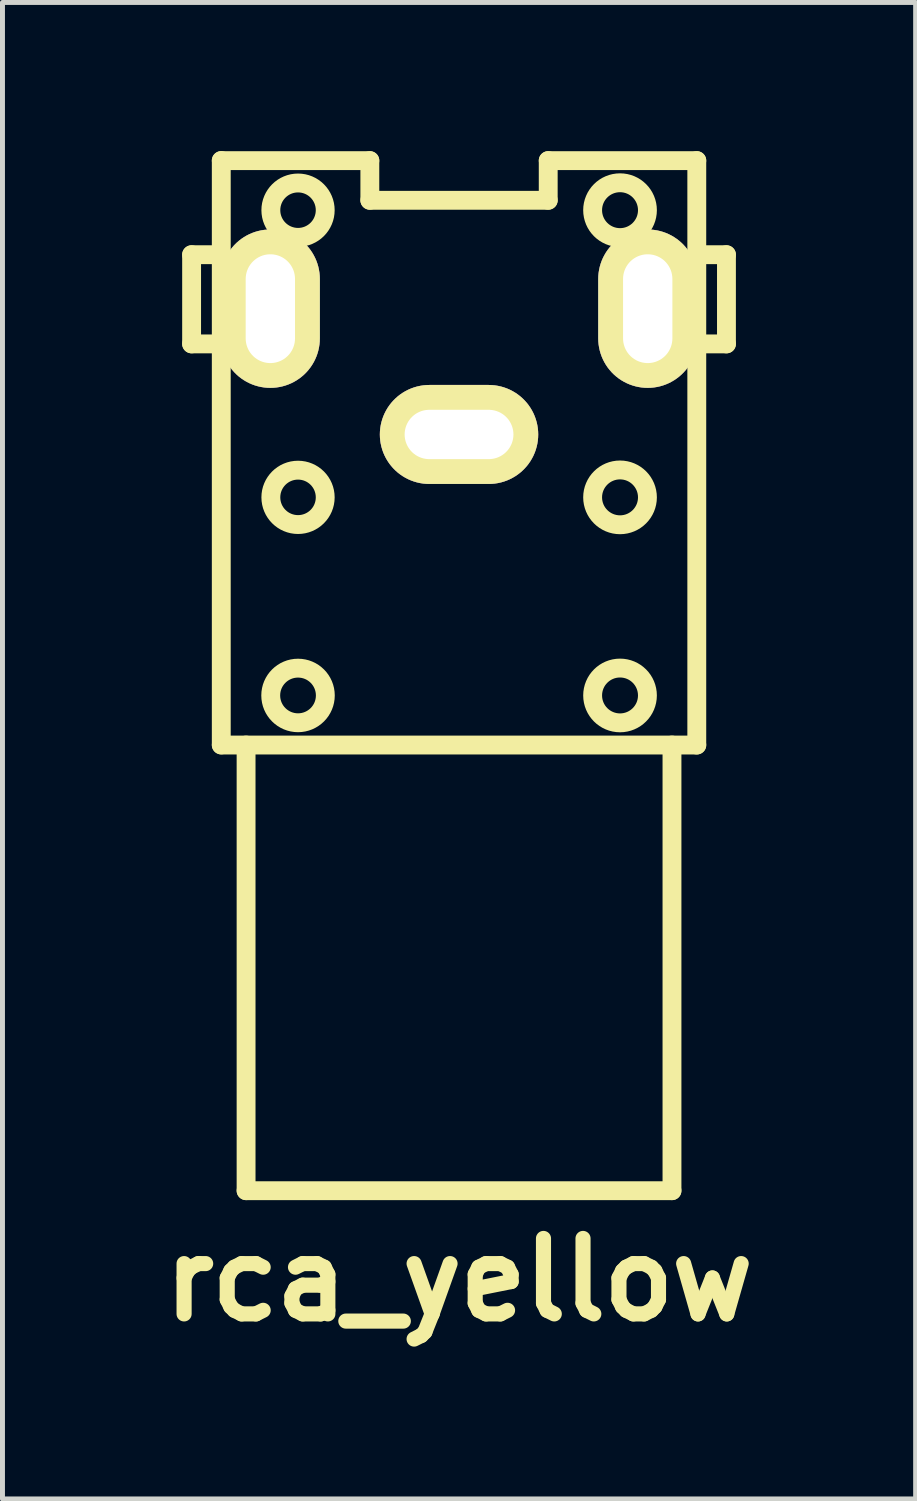
<source format=kicad_pcb>
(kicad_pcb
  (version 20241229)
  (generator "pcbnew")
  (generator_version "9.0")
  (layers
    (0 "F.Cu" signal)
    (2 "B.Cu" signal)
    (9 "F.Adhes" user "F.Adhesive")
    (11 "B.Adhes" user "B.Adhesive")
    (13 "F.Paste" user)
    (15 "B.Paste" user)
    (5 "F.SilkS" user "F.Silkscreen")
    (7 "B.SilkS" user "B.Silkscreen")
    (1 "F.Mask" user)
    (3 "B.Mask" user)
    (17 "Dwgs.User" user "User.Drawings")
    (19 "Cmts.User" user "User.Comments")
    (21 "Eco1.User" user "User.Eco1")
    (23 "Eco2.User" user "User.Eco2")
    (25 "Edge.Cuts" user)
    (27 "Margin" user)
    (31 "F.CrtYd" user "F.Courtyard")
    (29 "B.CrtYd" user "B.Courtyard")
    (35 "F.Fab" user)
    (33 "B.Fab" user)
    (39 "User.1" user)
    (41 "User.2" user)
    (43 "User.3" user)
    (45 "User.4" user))
  (footprint "rca_yellow"
    (layer "F.Cu")
    (at 6.219 6.993)
    (property "Reference" "rca_yellow" (at 0 15.799 0) (layer "F.SilkS") (effects (font (size 1.524 1.524) (thickness 0.305))))
    (attr through_hole)
    (fp_line (start -5.4 -4.9) (end -4.801 -4.9) (stroke (width 0.381) (type solid)) (layer "F.SilkS"))
    (fp_line (start -5.4 -3.099) (end -5.4 -4.9) (stroke (width 0.381) (type solid)) (layer "F.SilkS"))
    (fp_line (start -4.801 -6.8) (end -1.801 -6.8) (stroke (width 0.381) (type solid)) (layer "F.SilkS"))
    (fp_line (start -4.801 -3.099) (end -5.4 -3.099) (stroke (width 0.381) (type solid)) (layer "F.SilkS"))
    (fp_line (start -4.801 4.999) (end -4.801 -6.802) (stroke (width 0.381) (type solid)) (layer "F.SilkS"))
    (fp_line (start -4.3 5.001) (end -4.3 14) (stroke (width 0.381) (type solid)) (layer "F.SilkS"))
    (fp_line (start -4.3 14) (end 4.3 14) (stroke (width 0.381) (type solid)) (layer "F.SilkS"))
    (fp_line (start -1.801 -6.8) (end -1.801 -5.999) (stroke (width 0.381) (type solid)) (layer "F.SilkS"))
    (fp_line (start -1.801 -5.999) (end 1.801 -5.999) (stroke (width 0.381) (type solid)) (layer "F.SilkS"))
    (fp_line (start 1.801 -6.8) (end 4.801 -6.8) (stroke (width 0.381) (type solid)) (layer "F.SilkS"))
    (fp_line (start 1.801 -5.999) (end 1.801 -6.8) (stroke (width 0.381) (type solid)) (layer "F.SilkS"))
    (fp_line (start 4.3 14) (end 4.3 5.001) (stroke (width 0.381) (type solid)) (layer "F.SilkS"))
    (fp_line (start 4.801 -6.8) (end 4.801 5.001) (stroke (width 0.381) (type solid)) (layer "F.SilkS"))
    (fp_line (start 4.801 -4.9) (end 5.4 -4.9) (stroke (width 0.381) (type solid)) (layer "F.SilkS"))
    (fp_line (start 4.801 5.001) (end -4.801 5.001) (stroke (width 0.381) (type solid)) (layer "F.SilkS"))
    (fp_line (start 5.4 -4.9) (end 5.4 -3.099) (stroke (width 0.381) (type solid)) (layer "F.SilkS"))
    (fp_line (start 5.4 -3.099) (end 4.801 -3.099) (stroke (width 0.381) (type solid)) (layer "F.SilkS"))
    (fp_circle (center -3.251 -5.799) (end -3.8 -5.799) (stroke (width 0.381) (type solid)) (fill no) (layer "F.SilkS"))
    (fp_circle (center -3.251 0) (end -3.8 0) (stroke (width 0.381) (type solid)) (fill no) (layer "F.SilkS"))
    (fp_circle (center -3.251 4) (end -3.8 3.95) (stroke (width 0.381) (type solid)) (fill no) (layer "F.SilkS"))
    (fp_circle (center 3.251 -5.799) (end 2.7 -5.85) (stroke (width 0.381) (type solid)) (fill no) (layer "F.SilkS"))
    (fp_circle (center 3.251 0) (end 2.7 -0.051) (stroke (width 0.381) (type solid)) (fill no) (layer "F.SilkS"))
    (fp_circle (center 3.251 4) (end 2.7 4.049) (stroke (width 0.381) (type solid)) (fill no) (layer "F.SilkS"))
    (pad "1" thru_hole oval (at 0 -1.27) (size 3.198 1.999) (drill oval 2.197 0.996) (layers "*.Cu" "*.Mask" "F.SilkS"))
    (pad "2" thru_hole oval (at -3.81 -3.81) (size 1.999 3.198) (drill oval 0.996 2.197) (layers "*.Cu" "*.Mask" "F.SilkS"))
    (pad "2" thru_hole oval (at 3.81 -3.81) (size 1.999 3.198) (drill oval 0.996 2.197) (layers "*.Cu" "*.Mask" "F.SilkS")))
  (gr_rect
    (start -3 -3)
    (end 15.439 27.218)
    (stroke (width 0.1) (type default))
    (fill no)
    (layer "Edge.Cuts")))
</source>
